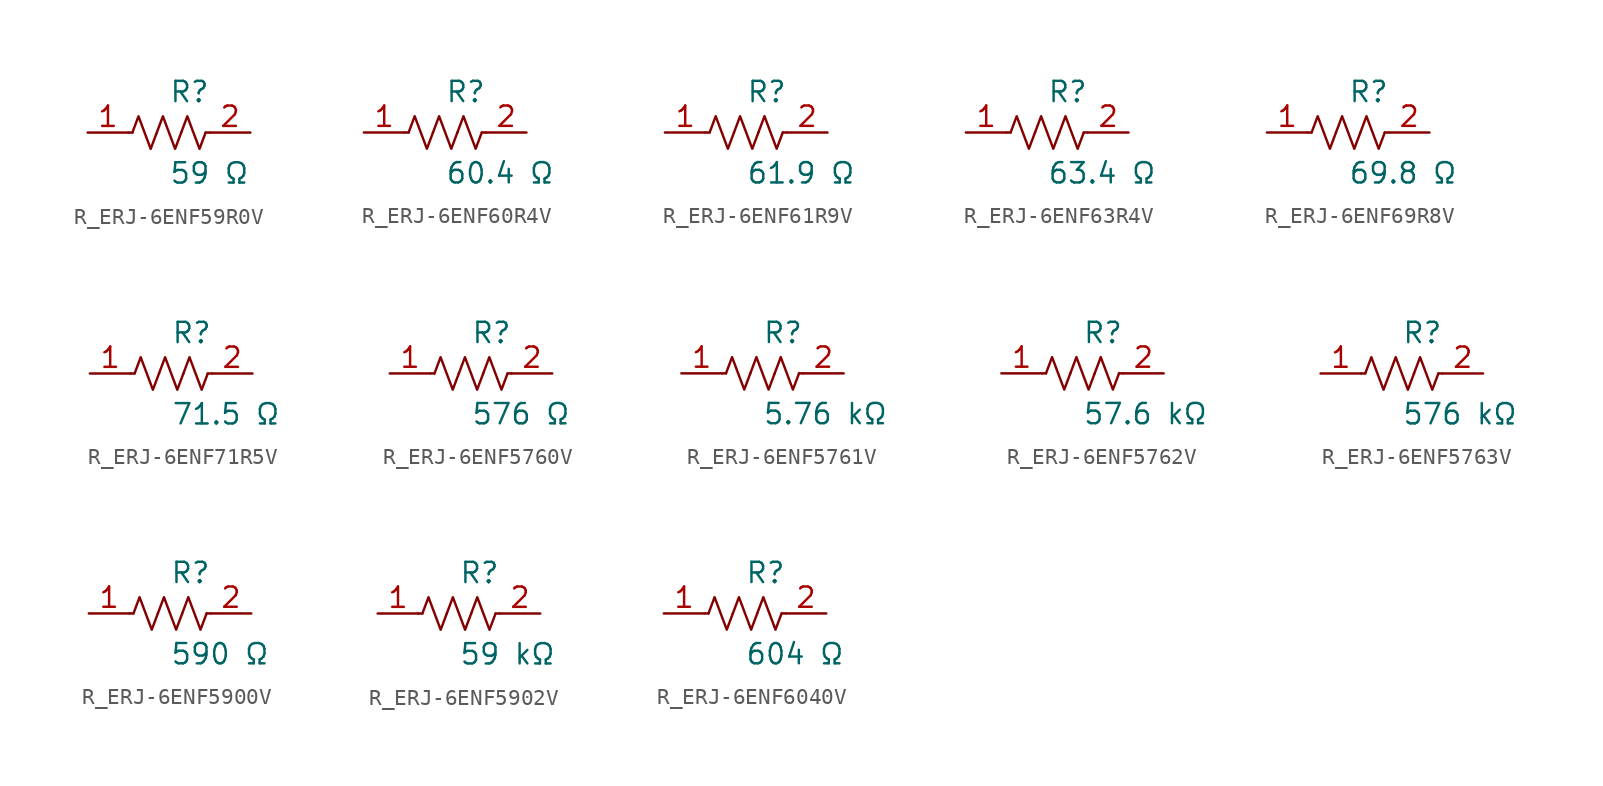
<source format=kicad_sym>
(kicad_symbol_lib
  (version 20231120)
  (generator kicad_symbol_editor)
  (generator_version 8.0)
  (symbol "R_ERJ-6ENF59R0V"
    (pin_names
      (offset 0.254))
    (property "Reference" "R"
      (at 0.0 2.54 0)
      (effects (font (size 1.27 1.27)) (justify left)))
    (property "Value" "59 Ω"
      (at 0.0 -2.54 0)
      (effects (font (size 1.27 1.27)) (justify left)))
    (symbol "R_ERJ-6ENF59R0V_0_1"
      (polyline (pts (xy 2.286 0) (xy 2.54 0)) (stroke (width 0) (type default)) (fill (type none)))
      (polyline (pts (xy -2.286 0) (xy -2.54 0)) (stroke (width 0) (type default)) (fill (type none)))
      (polyline (pts (xy 0.762 0) (xy 1.143 1.016) (xy 1.524 0) (xy 1.905 -1.016) (xy 2.286 0)) (stroke (width 0) (type default)) (fill (type none)))
      (polyline (pts (xy -0.762 0) (xy -0.381 1.016) (xy 0 0) (xy 0.381 -1.016) (xy 0.762 0)) (stroke (width 0) (type default)) (fill (type none)))
      (polyline (pts (xy -2.286 0) (xy -1.905 1.016) (xy -1.524 0) (xy -1.143 -1.016) (xy -0.762 0)) (stroke (width 0) (type default)) (fill (type none))))
    (pin unspecified line
      (at -5.08 0 0)
      (length 2.54)
      (name "" (effects (font (size 1.27 1.27))))
      (number "1" (effects (font (size 1.27 1.27)))))
    (pin unspecified line
      (at 5.08 0 180)
      (length 2.54)
      (name "" (effects (font (size 1.27 1.27))))
      (number "2" (effects (font (size 1.27 1.27))))))
  (symbol "R_ERJ-6ENF60R4V"
    (pin_names
      (offset 0.254))
    (property "Reference" "R"
      (at 0.0 2.54 0)
      (effects (font (size 1.27 1.27)) (justify left)))
    (property "Value" "60.4 Ω"
      (at 0.0 -2.54 0)
      (effects (font (size 1.27 1.27)) (justify left)))
    (symbol "R_ERJ-6ENF60R4V_0_1"
      (polyline (pts (xy 2.286 0) (xy 2.54 0)) (stroke (width 0) (type default)) (fill (type none)))
      (polyline (pts (xy -2.286 0) (xy -2.54 0)) (stroke (width 0) (type default)) (fill (type none)))
      (polyline (pts (xy 0.762 0) (xy 1.143 1.016) (xy 1.524 0) (xy 1.905 -1.016) (xy 2.286 0)) (stroke (width 0) (type default)) (fill (type none)))
      (polyline (pts (xy -0.762 0) (xy -0.381 1.016) (xy 0 0) (xy 0.381 -1.016) (xy 0.762 0)) (stroke (width 0) (type default)) (fill (type none)))
      (polyline (pts (xy -2.286 0) (xy -1.905 1.016) (xy -1.524 0) (xy -1.143 -1.016) (xy -0.762 0)) (stroke (width 0) (type default)) (fill (type none))))
    (pin unspecified line
      (at -5.08 0 0)
      (length 2.54)
      (name "" (effects (font (size 1.27 1.27))))
      (number "1" (effects (font (size 1.27 1.27)))))
    (pin unspecified line
      (at 5.08 0 180)
      (length 2.54)
      (name "" (effects (font (size 1.27 1.27))))
      (number "2" (effects (font (size 1.27 1.27))))))
  (symbol "R_ERJ-6ENF61R9V"
    (pin_names
      (offset 0.254))
    (property "Reference" "R"
      (at 0.0 2.54 0)
      (effects (font (size 1.27 1.27)) (justify left)))
    (property "Value" "61.9 Ω"
      (at 0.0 -2.54 0)
      (effects (font (size 1.27 1.27)) (justify left)))
    (symbol "R_ERJ-6ENF61R9V_0_1"
      (polyline (pts (xy 2.286 0) (xy 2.54 0)) (stroke (width 0) (type default)) (fill (type none)))
      (polyline (pts (xy -2.286 0) (xy -2.54 0)) (stroke (width 0) (type default)) (fill (type none)))
      (polyline (pts (xy 0.762 0) (xy 1.143 1.016) (xy 1.524 0) (xy 1.905 -1.016) (xy 2.286 0)) (stroke (width 0) (type default)) (fill (type none)))
      (polyline (pts (xy -0.762 0) (xy -0.381 1.016) (xy 0 0) (xy 0.381 -1.016) (xy 0.762 0)) (stroke (width 0) (type default)) (fill (type none)))
      (polyline (pts (xy -2.286 0) (xy -1.905 1.016) (xy -1.524 0) (xy -1.143 -1.016) (xy -0.762 0)) (stroke (width 0) (type default)) (fill (type none))))
    (pin unspecified line
      (at -5.08 0 0)
      (length 2.54)
      (name "" (effects (font (size 1.27 1.27))))
      (number "1" (effects (font (size 1.27 1.27)))))
    (pin unspecified line
      (at 5.08 0 180)
      (length 2.54)
      (name "" (effects (font (size 1.27 1.27))))
      (number "2" (effects (font (size 1.27 1.27))))))
  (symbol "R_ERJ-6ENF63R4V"
    (pin_names
      (offset 0.254))
    (property "Reference" "R"
      (at 0.0 2.54 0)
      (effects (font (size 1.27 1.27)) (justify left)))
    (property "Value" "63.4 Ω"
      (at 0.0 -2.54 0)
      (effects (font (size 1.27 1.27)) (justify left)))
    (symbol "R_ERJ-6ENF63R4V_0_1"
      (polyline (pts (xy 2.286 0) (xy 2.54 0)) (stroke (width 0) (type default)) (fill (type none)))
      (polyline (pts (xy -2.286 0) (xy -2.54 0)) (stroke (width 0) (type default)) (fill (type none)))
      (polyline (pts (xy 0.762 0) (xy 1.143 1.016) (xy 1.524 0) (xy 1.905 -1.016) (xy 2.286 0)) (stroke (width 0) (type default)) (fill (type none)))
      (polyline (pts (xy -0.762 0) (xy -0.381 1.016) (xy 0 0) (xy 0.381 -1.016) (xy 0.762 0)) (stroke (width 0) (type default)) (fill (type none)))
      (polyline (pts (xy -2.286 0) (xy -1.905 1.016) (xy -1.524 0) (xy -1.143 -1.016) (xy -0.762 0)) (stroke (width 0) (type default)) (fill (type none))))
    (pin unspecified line
      (at -5.08 0 0)
      (length 2.54)
      (name "" (effects (font (size 1.27 1.27))))
      (number "1" (effects (font (size 1.27 1.27)))))
    (pin unspecified line
      (at 5.08 0 180)
      (length 2.54)
      (name "" (effects (font (size 1.27 1.27))))
      (number "2" (effects (font (size 1.27 1.27))))))
  (symbol "R_ERJ-6ENF69R8V"
    (pin_names
      (offset 0.254))
    (property "Reference" "R"
      (at 0.0 2.54 0)
      (effects (font (size 1.27 1.27)) (justify left)))
    (property "Value" "69.8 Ω"
      (at 0.0 -2.54 0)
      (effects (font (size 1.27 1.27)) (justify left)))
    (symbol "R_ERJ-6ENF69R8V_0_1"
      (polyline (pts (xy 2.286 0) (xy 2.54 0)) (stroke (width 0) (type default)) (fill (type none)))
      (polyline (pts (xy -2.286 0) (xy -2.54 0)) (stroke (width 0) (type default)) (fill (type none)))
      (polyline (pts (xy 0.762 0) (xy 1.143 1.016) (xy 1.524 0) (xy 1.905 -1.016) (xy 2.286 0)) (stroke (width 0) (type default)) (fill (type none)))
      (polyline (pts (xy -0.762 0) (xy -0.381 1.016) (xy 0 0) (xy 0.381 -1.016) (xy 0.762 0)) (stroke (width 0) (type default)) (fill (type none)))
      (polyline (pts (xy -2.286 0) (xy -1.905 1.016) (xy -1.524 0) (xy -1.143 -1.016) (xy -0.762 0)) (stroke (width 0) (type default)) (fill (type none))))
    (pin unspecified line
      (at -5.08 0 0)
      (length 2.54)
      (name "" (effects (font (size 1.27 1.27))))
      (number "1" (effects (font (size 1.27 1.27)))))
    (pin unspecified line
      (at 5.08 0 180)
      (length 2.54)
      (name "" (effects (font (size 1.27 1.27))))
      (number "2" (effects (font (size 1.27 1.27))))))
  (symbol "R_ERJ-6ENF71R5V"
    (pin_names
      (offset 0.254))
    (property "Reference" "R"
      (at 0.0 2.54 0)
      (effects (font (size 1.27 1.27)) (justify left)))
    (property "Value" "71.5 Ω"
      (at 0.0 -2.54 0)
      (effects (font (size 1.27 1.27)) (justify left)))
    (symbol "R_ERJ-6ENF71R5V_0_1"
      (polyline (pts (xy 2.286 0) (xy 2.54 0)) (stroke (width 0) (type default)) (fill (type none)))
      (polyline (pts (xy -2.286 0) (xy -2.54 0)) (stroke (width 0) (type default)) (fill (type none)))
      (polyline (pts (xy 0.762 0) (xy 1.143 1.016) (xy 1.524 0) (xy 1.905 -1.016) (xy 2.286 0)) (stroke (width 0) (type default)) (fill (type none)))
      (polyline (pts (xy -0.762 0) (xy -0.381 1.016) (xy 0 0) (xy 0.381 -1.016) (xy 0.762 0)) (stroke (width 0) (type default)) (fill (type none)))
      (polyline (pts (xy -2.286 0) (xy -1.905 1.016) (xy -1.524 0) (xy -1.143 -1.016) (xy -0.762 0)) (stroke (width 0) (type default)) (fill (type none))))
    (pin unspecified line
      (at -5.08 0 0)
      (length 2.54)
      (name "" (effects (font (size 1.27 1.27))))
      (number "1" (effects (font (size 1.27 1.27)))))
    (pin unspecified line
      (at 5.08 0 180)
      (length 2.54)
      (name "" (effects (font (size 1.27 1.27))))
      (number "2" (effects (font (size 1.27 1.27))))))
  (symbol "R_ERJ-6ENF5760V"
    (pin_names
      (offset 0.254))
    (property "Reference" "R"
      (at 0.0 2.54 0)
      (effects (font (size 1.27 1.27)) (justify left)))
    (property "Value" "576 Ω"
      (at 0.0 -2.54 0)
      (effects (font (size 1.27 1.27)) (justify left)))
    (symbol "R_ERJ-6ENF5760V_0_1"
      (polyline (pts (xy 2.286 0) (xy 2.54 0)) (stroke (width 0) (type default)) (fill (type none)))
      (polyline (pts (xy -2.286 0) (xy -2.54 0)) (stroke (width 0) (type default)) (fill (type none)))
      (polyline (pts (xy 0.762 0) (xy 1.143 1.016) (xy 1.524 0) (xy 1.905 -1.016) (xy 2.286 0)) (stroke (width 0) (type default)) (fill (type none)))
      (polyline (pts (xy -0.762 0) (xy -0.381 1.016) (xy 0 0) (xy 0.381 -1.016) (xy 0.762 0)) (stroke (width 0) (type default)) (fill (type none)))
      (polyline (pts (xy -2.286 0) (xy -1.905 1.016) (xy -1.524 0) (xy -1.143 -1.016) (xy -0.762 0)) (stroke (width 0) (type default)) (fill (type none))))
    (pin unspecified line
      (at -5.08 0 0)
      (length 2.54)
      (name "" (effects (font (size 1.27 1.27))))
      (number "1" (effects (font (size 1.27 1.27)))))
    (pin unspecified line
      (at 5.08 0 180)
      (length 2.54)
      (name "" (effects (font (size 1.27 1.27))))
      (number "2" (effects (font (size 1.27 1.27))))))
  (symbol "R_ERJ-6ENF5761V"
    (pin_names
      (offset 0.254))
    (property "Reference" "R"
      (at 0.0 2.54 0)
      (effects (font (size 1.27 1.27)) (justify left)))
    (property "Value" "5.76 kΩ"
      (at 0.0 -2.54 0)
      (effects (font (size 1.27 1.27)) (justify left)))
    (symbol "R_ERJ-6ENF5761V_0_1"
      (polyline (pts (xy 2.286 0) (xy 2.54 0)) (stroke (width 0) (type default)) (fill (type none)))
      (polyline (pts (xy -2.286 0) (xy -2.54 0)) (stroke (width 0) (type default)) (fill (type none)))
      (polyline (pts (xy 0.762 0) (xy 1.143 1.016) (xy 1.524 0) (xy 1.905 -1.016) (xy 2.286 0)) (stroke (width 0) (type default)) (fill (type none)))
      (polyline (pts (xy -0.762 0) (xy -0.381 1.016) (xy 0 0) (xy 0.381 -1.016) (xy 0.762 0)) (stroke (width 0) (type default)) (fill (type none)))
      (polyline (pts (xy -2.286 0) (xy -1.905 1.016) (xy -1.524 0) (xy -1.143 -1.016) (xy -0.762 0)) (stroke (width 0) (type default)) (fill (type none))))
    (pin unspecified line
      (at -5.08 0 0)
      (length 2.54)
      (name "" (effects (font (size 1.27 1.27))))
      (number "1" (effects (font (size 1.27 1.27)))))
    (pin unspecified line
      (at 5.08 0 180)
      (length 2.54)
      (name "" (effects (font (size 1.27 1.27))))
      (number "2" (effects (font (size 1.27 1.27))))))
  (symbol "R_ERJ-6ENF5762V"
    (pin_names
      (offset 0.254))
    (property "Reference" "R"
      (at 0.0 2.54 0)
      (effects (font (size 1.27 1.27)) (justify left)))
    (property "Value" "57.6 kΩ"
      (at 0.0 -2.54 0)
      (effects (font (size 1.27 1.27)) (justify left)))
    (symbol "R_ERJ-6ENF5762V_0_1"
      (polyline (pts (xy 2.286 0) (xy 2.54 0)) (stroke (width 0) (type default)) (fill (type none)))
      (polyline (pts (xy -2.286 0) (xy -2.54 0)) (stroke (width 0) (type default)) (fill (type none)))
      (polyline (pts (xy 0.762 0) (xy 1.143 1.016) (xy 1.524 0) (xy 1.905 -1.016) (xy 2.286 0)) (stroke (width 0) (type default)) (fill (type none)))
      (polyline (pts (xy -0.762 0) (xy -0.381 1.016) (xy 0 0) (xy 0.381 -1.016) (xy 0.762 0)) (stroke (width 0) (type default)) (fill (type none)))
      (polyline (pts (xy -2.286 0) (xy -1.905 1.016) (xy -1.524 0) (xy -1.143 -1.016) (xy -0.762 0)) (stroke (width 0) (type default)) (fill (type none))))
    (pin unspecified line
      (at -5.08 0 0)
      (length 2.54)
      (name "" (effects (font (size 1.27 1.27))))
      (number "1" (effects (font (size 1.27 1.27)))))
    (pin unspecified line
      (at 5.08 0 180)
      (length 2.54)
      (name "" (effects (font (size 1.27 1.27))))
      (number "2" (effects (font (size 1.27 1.27))))))
  (symbol "R_ERJ-6ENF5763V"
    (pin_names
      (offset 0.254))
    (property "Reference" "R"
      (at 0.0 2.54 0)
      (effects (font (size 1.27 1.27)) (justify left)))
    (property "Value" "576 kΩ"
      (at 0.0 -2.54 0)
      (effects (font (size 1.27 1.27)) (justify left)))
    (symbol "R_ERJ-6ENF5763V_0_1"
      (polyline (pts (xy 2.286 0) (xy 2.54 0)) (stroke (width 0) (type default)) (fill (type none)))
      (polyline (pts (xy -2.286 0) (xy -2.54 0)) (stroke (width 0) (type default)) (fill (type none)))
      (polyline (pts (xy 0.762 0) (xy 1.143 1.016) (xy 1.524 0) (xy 1.905 -1.016) (xy 2.286 0)) (stroke (width 0) (type default)) (fill (type none)))
      (polyline (pts (xy -0.762 0) (xy -0.381 1.016) (xy 0 0) (xy 0.381 -1.016) (xy 0.762 0)) (stroke (width 0) (type default)) (fill (type none)))
      (polyline (pts (xy -2.286 0) (xy -1.905 1.016) (xy -1.524 0) (xy -1.143 -1.016) (xy -0.762 0)) (stroke (width 0) (type default)) (fill (type none))))
    (pin unspecified line
      (at -5.08 0 0)
      (length 2.54)
      (name "" (effects (font (size 1.27 1.27))))
      (number "1" (effects (font (size 1.27 1.27)))))
    (pin unspecified line
      (at 5.08 0 180)
      (length 2.54)
      (name "" (effects (font (size 1.27 1.27))))
      (number "2" (effects (font (size 1.27 1.27))))))
  (symbol "R_ERJ-6ENF5900V"
    (pin_names
      (offset 0.254))
    (property "Reference" "R"
      (at 0.0 2.54 0)
      (effects (font (size 1.27 1.27)) (justify left)))
    (property "Value" "590 Ω"
      (at 0.0 -2.54 0)
      (effects (font (size 1.27 1.27)) (justify left)))
    (symbol "R_ERJ-6ENF5900V_0_1"
      (polyline (pts (xy 2.286 0) (xy 2.54 0)) (stroke (width 0) (type default)) (fill (type none)))
      (polyline (pts (xy -2.286 0) (xy -2.54 0)) (stroke (width 0) (type default)) (fill (type none)))
      (polyline (pts (xy 0.762 0) (xy 1.143 1.016) (xy 1.524 0) (xy 1.905 -1.016) (xy 2.286 0)) (stroke (width 0) (type default)) (fill (type none)))
      (polyline (pts (xy -0.762 0) (xy -0.381 1.016) (xy 0 0) (xy 0.381 -1.016) (xy 0.762 0)) (stroke (width 0) (type default)) (fill (type none)))
      (polyline (pts (xy -2.286 0) (xy -1.905 1.016) (xy -1.524 0) (xy -1.143 -1.016) (xy -0.762 0)) (stroke (width 0) (type default)) (fill (type none))))
    (pin unspecified line
      (at -5.08 0 0)
      (length 2.54)
      (name "" (effects (font (size 1.27 1.27))))
      (number "1" (effects (font (size 1.27 1.27)))))
    (pin unspecified line
      (at 5.08 0 180)
      (length 2.54)
      (name "" (effects (font (size 1.27 1.27))))
      (number "2" (effects (font (size 1.27 1.27))))))
  (symbol "R_ERJ-6ENF5902V"
    (pin_names
      (offset 0.254))
    (property "Reference" "R"
      (at 0.0 2.54 0)
      (effects (font (size 1.27 1.27)) (justify left)))
    (property "Value" "59 kΩ"
      (at 0.0 -2.54 0)
      (effects (font (size 1.27 1.27)) (justify left)))
    (symbol "R_ERJ-6ENF5902V_0_1"
      (polyline (pts (xy 2.286 0) (xy 2.54 0)) (stroke (width 0) (type default)) (fill (type none)))
      (polyline (pts (xy -2.286 0) (xy -2.54 0)) (stroke (width 0) (type default)) (fill (type none)))
      (polyline (pts (xy 0.762 0) (xy 1.143 1.016) (xy 1.524 0) (xy 1.905 -1.016) (xy 2.286 0)) (stroke (width 0) (type default)) (fill (type none)))
      (polyline (pts (xy -0.762 0) (xy -0.381 1.016) (xy 0 0) (xy 0.381 -1.016) (xy 0.762 0)) (stroke (width 0) (type default)) (fill (type none)))
      (polyline (pts (xy -2.286 0) (xy -1.905 1.016) (xy -1.524 0) (xy -1.143 -1.016) (xy -0.762 0)) (stroke (width 0) (type default)) (fill (type none))))
    (pin unspecified line
      (at -5.08 0 0)
      (length 2.54)
      (name "" (effects (font (size 1.27 1.27))))
      (number "1" (effects (font (size 1.27 1.27)))))
    (pin unspecified line
      (at 5.08 0 180)
      (length 2.54)
      (name "" (effects (font (size 1.27 1.27))))
      (number "2" (effects (font (size 1.27 1.27))))))
  (symbol "R_ERJ-6ENF6040V"
    (pin_names
      (offset 0.254))
    (property "Reference" "R"
      (at 0.0 2.54 0)
      (effects (font (size 1.27 1.27)) (justify left)))
    (property "Value" "604 Ω"
      (at 0.0 -2.54 0)
      (effects (font (size 1.27 1.27)) (justify left)))
    (symbol "R_ERJ-6ENF6040V_0_1"
      (polyline (pts (xy 2.286 0) (xy 2.54 0)) (stroke (width 0) (type default)) (fill (type none)))
      (polyline (pts (xy -2.286 0) (xy -2.54 0)) (stroke (width 0) (type default)) (fill (type none)))
      (polyline (pts (xy 0.762 0) (xy 1.143 1.016) (xy 1.524 0) (xy 1.905 -1.016) (xy 2.286 0)) (stroke (width 0) (type default)) (fill (type none)))
      (polyline (pts (xy -0.762 0) (xy -0.381 1.016) (xy 0 0) (xy 0.381 -1.016) (xy 0.762 0)) (stroke (width 0) (type default)) (fill (type none)))
      (polyline (pts (xy -2.286 0) (xy -1.905 1.016) (xy -1.524 0) (xy -1.143 -1.016) (xy -0.762 0)) (stroke (width 0) (type default)) (fill (type none))))
    (pin unspecified line
      (at -5.08 0 0)
      (length 2.54)
      (name "" (effects (font (size 1.27 1.27))))
      (number "1" (effects (font (size 1.27 1.27)))))
    (pin unspecified line
      (at 5.08 0 180)
      (length 2.54)
      (name "" (effects (font (size 1.27 1.27))))
      (number "2" (effects (font (size 1.27 1.27)))))))
</source>
